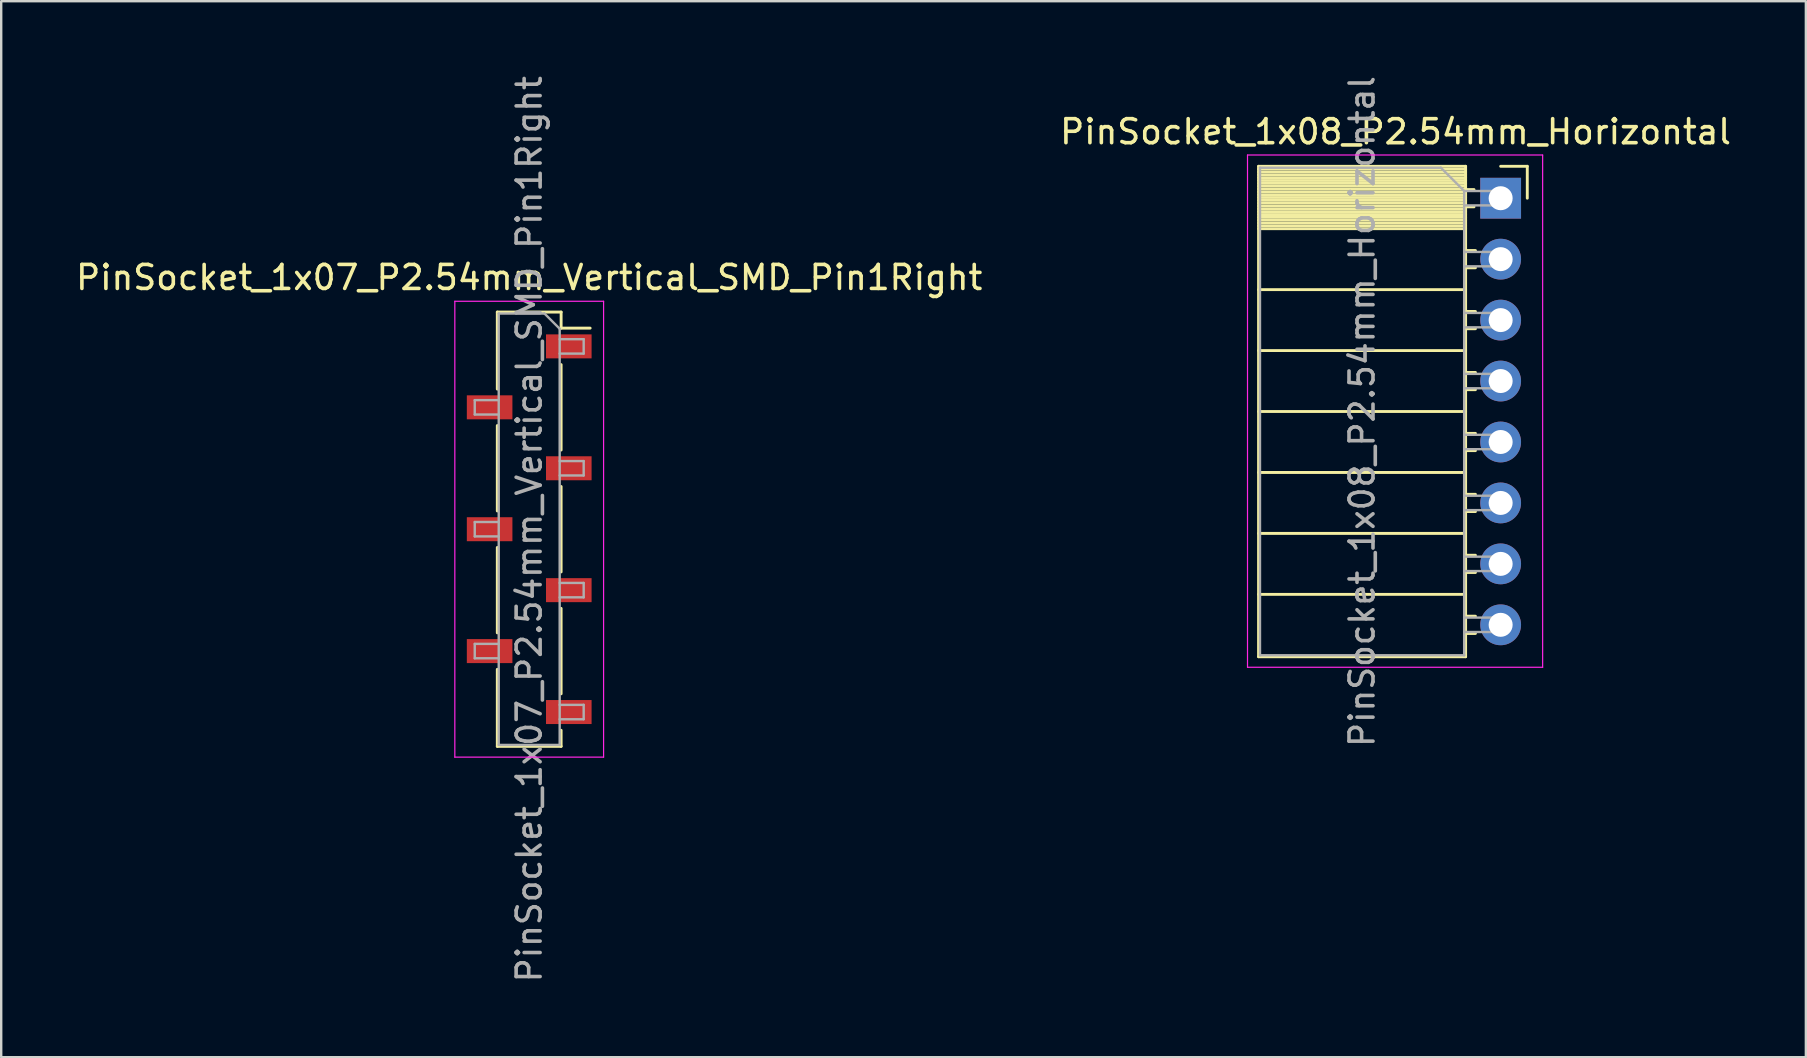
<source format=kicad_pcb>
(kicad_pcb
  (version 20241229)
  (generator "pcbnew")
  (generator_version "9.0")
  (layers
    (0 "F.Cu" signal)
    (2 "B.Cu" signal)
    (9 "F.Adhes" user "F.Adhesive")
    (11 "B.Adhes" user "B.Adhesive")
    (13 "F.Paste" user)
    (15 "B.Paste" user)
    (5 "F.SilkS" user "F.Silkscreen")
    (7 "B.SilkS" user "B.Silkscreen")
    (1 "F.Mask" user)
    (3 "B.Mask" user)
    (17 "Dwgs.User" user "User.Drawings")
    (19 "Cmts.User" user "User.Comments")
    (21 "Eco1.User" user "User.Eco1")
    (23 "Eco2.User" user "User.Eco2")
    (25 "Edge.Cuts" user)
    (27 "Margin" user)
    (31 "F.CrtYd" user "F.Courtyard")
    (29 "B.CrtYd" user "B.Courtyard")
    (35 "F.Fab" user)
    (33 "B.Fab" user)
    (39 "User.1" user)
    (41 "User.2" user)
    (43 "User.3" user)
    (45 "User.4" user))
  (footprint "PinSocket_1x07_P2.54mm_Vertical_SMD_Pin1Right"
    (layer "F.Cu")
    (at 19.006 19.006)
    (property "Reference" "PinSocket_1x07_P2.54mm_Vertical_SMD_Pin1Right" (at 0 -10.49 0) (layer "F.SilkS") (effects (font (size 1 1) (thickness 0.15))))
    (attr smd)
    (fp_line (start -1.33 -9.05) (end -1.33 -5.84) (stroke (width 0.12) (type solid)) (layer "F.SilkS"))
    (fp_line (start -1.33 -9.05) (end 1.33 -9.05) (stroke (width 0.12) (type solid)) (layer "F.SilkS"))
    (fp_line (start -1.33 -4.32) (end -1.33 -0.76) (stroke (width 0.12) (type solid)) (layer "F.SilkS"))
    (fp_line (start -1.33 0.76) (end -1.33 4.32) (stroke (width 0.12) (type solid)) (layer "F.SilkS"))
    (fp_line (start -1.33 5.84) (end -1.33 9.05) (stroke (width 0.12) (type solid)) (layer "F.SilkS"))
    (fp_line (start -1.33 9.05) (end 1.33 9.05) (stroke (width 0.12) (type solid)) (layer "F.SilkS"))
    (fp_line (start 1.33 -9.05) (end 1.33 -8.38) (stroke (width 0.12) (type solid)) (layer "F.SilkS"))
    (fp_line (start 1.33 -8.38) (end 2.54 -8.38) (stroke (width 0.12) (type solid)) (layer "F.SilkS"))
    (fp_line (start 1.33 -6.86) (end 1.33 -3.3) (stroke (width 0.12) (type solid)) (layer "F.SilkS"))
    (fp_line (start 1.33 -1.78) (end 1.33 1.78) (stroke (width 0.12) (type solid)) (layer "F.SilkS"))
    (fp_line (start 1.33 3.3) (end 1.33 6.86) (stroke (width 0.12) (type solid)) (layer "F.SilkS"))
    (fp_line (start 1.33 8.38) (end 1.33 9.05) (stroke (width 0.12) (type solid)) (layer "F.SilkS"))
    (fp_line (start -3.1 -9.5) (end 3.1 -9.5) (stroke (width 0.05) (type solid)) (layer "F.CrtYd"))
    (fp_line (start -3.1 9.5) (end -3.1 -9.5) (stroke (width 0.05) (type solid)) (layer "F.CrtYd"))
    (fp_line (start 3.1 -9.5) (end 3.1 9.5) (stroke (width 0.05) (type solid)) (layer "F.CrtYd"))
    (fp_line (start 3.1 9.5) (end -3.1 9.5) (stroke (width 0.05) (type solid)) (layer "F.CrtYd"))
    (fp_line (start -2.27 -5.38) (end -1.27 -5.38) (stroke (width 0.1) (type solid)) (layer "F.Fab"))
    (fp_line (start -2.27 -4.78) (end -2.27 -5.38) (stroke (width 0.1) (type solid)) (layer "F.Fab"))
    (fp_line (start -2.27 -0.3) (end -1.27 -0.3) (stroke (width 0.1) (type solid)) (layer "F.Fab"))
    (fp_line (start -2.27 0.3) (end -2.27 -0.3) (stroke (width 0.1) (type solid)) (layer "F.Fab"))
    (fp_line (start -2.27 4.78) (end -1.27 4.78) (stroke (width 0.1) (type solid)) (layer "F.Fab"))
    (fp_line (start -2.27 5.38) (end -2.27 4.78) (stroke (width 0.1) (type solid)) (layer "F.Fab"))
    (fp_line (start -1.27 -8.99) (end 0.635 -8.99) (stroke (width 0.1) (type solid)) (layer "F.Fab"))
    (fp_line (start -1.27 -4.78) (end -2.27 -4.78) (stroke (width 0.1) (type solid)) (layer "F.Fab"))
    (fp_line (start -1.27 0.3) (end -2.27 0.3) (stroke (width 0.1) (type solid)) (layer "F.Fab"))
    (fp_line (start -1.27 5.38) (end -2.27 5.38) (stroke (width 0.1) (type solid)) (layer "F.Fab"))
    (fp_line (start -1.27 8.99) (end -1.27 -8.99) (stroke (width 0.1) (type solid)) (layer "F.Fab"))
    (fp_line (start 0.635 -8.99) (end 1.27 -8.355) (stroke (width 0.1) (type solid)) (layer "F.Fab"))
    (fp_line (start 1.27 -8.355) (end 1.27 8.99) (stroke (width 0.1) (type solid)) (layer "F.Fab"))
    (fp_line (start 1.27 -7.92) (end 2.27 -7.92) (stroke (width 0.1) (type solid)) (layer "F.Fab"))
    (fp_line (start 1.27 -2.84) (end 2.27 -2.84) (stroke (width 0.1) (type solid)) (layer "F.Fab"))
    (fp_line (start 1.27 2.24) (end 2.27 2.24) (stroke (width 0.1) (type solid)) (layer "F.Fab"))
    (fp_line (start 1.27 7.32) (end 2.27 7.32) (stroke (width 0.1) (type solid)) (layer "F.Fab"))
    (fp_line (start 1.27 8.99) (end -1.27 8.99) (stroke (width 0.1) (type solid)) (layer "F.Fab"))
    (fp_line (start 2.27 -7.92) (end 2.27 -7.32) (stroke (width 0.1) (type solid)) (layer "F.Fab"))
    (fp_line (start 2.27 -7.32) (end 1.27 -7.32) (stroke (width 0.1) (type solid)) (layer "F.Fab"))
    (fp_line (start 2.27 -2.84) (end 2.27 -2.24) (stroke (width 0.1) (type solid)) (layer "F.Fab"))
    (fp_line (start 2.27 -2.24) (end 1.27 -2.24) (stroke (width 0.1) (type solid)) (layer "F.Fab"))
    (fp_line (start 2.27 2.24) (end 2.27 2.84) (stroke (width 0.1) (type solid)) (layer "F.Fab"))
    (fp_line (start 2.27 2.84) (end 1.27 2.84) (stroke (width 0.1) (type solid)) (layer "F.Fab"))
    (fp_line (start 2.27 7.32) (end 2.27 7.92) (stroke (width 0.1) (type solid)) (layer "F.Fab"))
    (fp_line (start 2.27 7.92) (end 1.27 7.92) (stroke (width 0.1) (type solid)) (layer "F.Fab"))
    (fp_text user "${REFERENCE}" (at 0 0 90) (layer "F.Fab") (effects (font (size 1 1) (thickness 0.15))))
    (pad "1" smd rect (at 1.65 -7.62) (size 1.9 1) (layers "F.Cu" "F.Mask" "F.Paste"))
    (pad "2" smd rect (at -1.65 -5.08) (size 1.9 1) (layers "F.Cu" "F.Mask" "F.Paste"))
    (pad "3" smd rect (at 1.65 -2.54) (size 1.9 1) (layers "F.Cu" "F.Mask" "F.Paste"))
    (pad "4" smd rect (at -1.65 0) (size 1.9 1) (layers "F.Cu" "F.Mask" "F.Paste"))
    (pad "5" smd rect (at 1.65 2.54) (size 1.9 1) (layers "F.Cu" "F.Mask" "F.Paste"))
    (pad "6" smd rect (at -1.65 5.08) (size 1.9 1) (layers "F.Cu" "F.Mask" "F.Paste"))
    (pad "7" smd rect (at 1.65 7.62) (size 1.9 1) (layers "F.Cu" "F.Mask" "F.Paste")))
  (footprint "PinSocket_1x08_P2.54mm_Horizontal"
    (layer "F.Cu")
    (at 59.493 5.211)
    (property "Reference" "PinSocket_1x08_P2.54mm_Horizontal" (at -4.38 -2.77 0) (layer "F.SilkS") (effects (font (size 1 1) (thickness 0.15))))
    (attr through_hole)
    (fp_line (start -10.09 -1.33) (end -10.09 19.11) (stroke (width 0.12) (type solid)) (layer "F.SilkS"))
    (fp_line (start -10.09 -1.33) (end -1.46 -1.33) (stroke (width 0.12) (type solid)) (layer "F.SilkS"))
    (fp_line (start -10.09 -1.21) (end -1.46 -1.21) (stroke (width 0.12) (type solid)) (layer "F.SilkS"))
    (fp_line (start -10.09 -1.092) (end -1.46 -1.092) (stroke (width 0.12) (type solid)) (layer "F.SilkS"))
    (fp_line (start -10.09 -0.974) (end -1.46 -0.974) (stroke (width 0.12) (type solid)) (layer "F.SilkS"))
    (fp_line (start -10.09 -0.856) (end -1.46 -0.856) (stroke (width 0.12) (type solid)) (layer "F.SilkS"))
    (fp_line (start -10.09 -0.738) (end -1.46 -0.738) (stroke (width 0.12) (type solid)) (layer "F.SilkS"))
    (fp_line (start -10.09 -0.62) (end -1.46 -0.62) (stroke (width 0.12) (type solid)) (layer "F.SilkS"))
    (fp_line (start -10.09 -0.501) (end -1.46 -0.501) (stroke (width 0.12) (type solid)) (layer "F.SilkS"))
    (fp_line (start -10.09 -0.383) (end -1.46 -0.383) (stroke (width 0.12) (type solid)) (layer "F.SilkS"))
    (fp_line (start -10.09 -0.265) (end -1.46 -0.265) (stroke (width 0.12) (type solid)) (layer "F.SilkS"))
    (fp_line (start -10.09 -0.147) (end -1.46 -0.147) (stroke (width 0.12) (type solid)) (layer "F.SilkS"))
    (fp_line (start -10.09 -0.029) (end -1.46 -0.029) (stroke (width 0.12) (type solid)) (layer "F.SilkS"))
    (fp_line (start -10.09 0.089) (end -1.46 0.089) (stroke (width 0.12) (type solid)) (layer "F.SilkS"))
    (fp_line (start -10.09 0.207) (end -1.46 0.207) (stroke (width 0.12) (type solid)) (layer "F.SilkS"))
    (fp_line (start -10.09 0.325) (end -1.46 0.325) (stroke (width 0.12) (type solid)) (layer "F.SilkS"))
    (fp_line (start -10.09 0.443) (end -1.46 0.443) (stroke (width 0.12) (type solid)) (layer "F.SilkS"))
    (fp_line (start -10.09 0.561) (end -1.46 0.561) (stroke (width 0.12) (type solid)) (layer "F.SilkS"))
    (fp_line (start -10.09 0.68) (end -1.46 0.68) (stroke (width 0.12) (type solid)) (layer "F.SilkS"))
    (fp_line (start -10.09 0.798) (end -1.46 0.798) (stroke (width 0.12) (type solid)) (layer "F.SilkS"))
    (fp_line (start -10.09 0.916) (end -1.46 0.916) (stroke (width 0.12) (type solid)) (layer "F.SilkS"))
    (fp_line (start -10.09 1.034) (end -1.46 1.034) (stroke (width 0.12) (type solid)) (layer "F.SilkS"))
    (fp_line (start -10.09 1.152) (end -1.46 1.152) (stroke (width 0.12) (type solid)) (layer "F.SilkS"))
    (fp_line (start -10.09 1.27) (end -1.46 1.27) (stroke (width 0.12) (type solid)) (layer "F.SilkS"))
    (fp_line (start -10.09 3.81) (end -1.46 3.81) (stroke (width 0.12) (type solid)) (layer "F.SilkS"))
    (fp_line (start -10.09 6.35) (end -1.46 6.35) (stroke (width 0.12) (type solid)) (layer "F.SilkS"))
    (fp_line (start -10.09 8.89) (end -1.46 8.89) (stroke (width 0.12) (type solid)) (layer "F.SilkS"))
    (fp_line (start -10.09 11.43) (end -1.46 11.43) (stroke (width 0.12) (type solid)) (layer "F.SilkS"))
    (fp_line (start -10.09 13.97) (end -1.46 13.97) (stroke (width 0.12) (type solid)) (layer "F.SilkS"))
    (fp_line (start -10.09 16.51) (end -1.46 16.51) (stroke (width 0.12) (type solid)) (layer "F.SilkS"))
    (fp_line (start -10.09 19.11) (end -1.46 19.11) (stroke (width 0.12) (type solid)) (layer "F.SilkS"))
    (fp_line (start -1.46 -1.33) (end -1.46 19.11) (stroke (width 0.12) (type solid)) (layer "F.SilkS"))
    (fp_line (start -1.46 -0.36) (end -1.11 -0.36) (stroke (width 0.12) (type solid)) (layer "F.SilkS"))
    (fp_line (start -1.46 0.36) (end -1.11 0.36) (stroke (width 0.12) (type solid)) (layer "F.SilkS"))
    (fp_line (start -1.46 2.18) (end -1.05 2.18) (stroke (width 0.12) (type solid)) (layer "F.SilkS"))
    (fp_line (start -1.46 2.9) (end -1.05 2.9) (stroke (width 0.12) (type solid)) (layer "F.SilkS"))
    (fp_line (start -1.46 4.72) (end -1.05 4.72) (stroke (width 0.12) (type solid)) (layer "F.SilkS"))
    (fp_line (start -1.46 5.44) (end -1.05 5.44) (stroke (width 0.12) (type solid)) (layer "F.SilkS"))
    (fp_line (start -1.46 7.26) (end -1.05 7.26) (stroke (width 0.12) (type solid)) (layer "F.SilkS"))
    (fp_line (start -1.46 7.98) (end -1.05 7.98) (stroke (width 0.12) (type solid)) (layer "F.SilkS"))
    (fp_line (start -1.46 9.8) (end -1.05 9.8) (stroke (width 0.12) (type solid)) (layer "F.SilkS"))
    (fp_line (start -1.46 10.52) (end -1.05 10.52) (stroke (width 0.12) (type solid)) (layer "F.SilkS"))
    (fp_line (start -1.46 12.34) (end -1.05 12.34) (stroke (width 0.12) (type solid)) (layer "F.SilkS"))
    (fp_line (start -1.46 13.06) (end -1.05 13.06) (stroke (width 0.12) (type solid)) (layer "F.SilkS"))
    (fp_line (start -1.46 14.88) (end -1.05 14.88) (stroke (width 0.12) (type solid)) (layer "F.SilkS"))
    (fp_line (start -1.46 15.6) (end -1.05 15.6) (stroke (width 0.12) (type solid)) (layer "F.SilkS"))
    (fp_line (start -1.46 17.42) (end -1.05 17.42) (stroke (width 0.12) (type solid)) (layer "F.SilkS"))
    (fp_line (start -1.46 18.14) (end -1.05 18.14) (stroke (width 0.12) (type solid)) (layer "F.SilkS"))
    (fp_line (start 0 -1.33) (end 1.11 -1.33) (stroke (width 0.12) (type solid)) (layer "F.SilkS"))
    (fp_line (start 1.11 -1.33) (end 1.11 0) (stroke (width 0.12) (type solid)) (layer "F.SilkS"))
    (fp_line (start -10.55 -1.8) (end -10.55 19.55) (stroke (width 0.05) (type solid)) (layer "F.CrtYd"))
    (fp_line (start -10.55 19.55) (end 1.75 19.55) (stroke (width 0.05) (type solid)) (layer "F.CrtYd"))
    (fp_line (start 1.75 -1.8) (end -10.55 -1.8) (stroke (width 0.05) (type solid)) (layer "F.CrtYd"))
    (fp_line (start 1.75 19.55) (end 1.75 -1.8) (stroke (width 0.05) (type solid)) (layer "F.CrtYd"))
    (fp_line (start -10.03 -1.27) (end -2.49 -1.27) (stroke (width 0.1) (type solid)) (layer "F.Fab"))
    (fp_line (start -10.03 19.05) (end -10.03 -1.27) (stroke (width 0.1) (type solid)) (layer "F.Fab"))
    (fp_line (start -2.49 -1.27) (end -1.52 -0.3) (stroke (width 0.1) (type solid)) (layer "F.Fab"))
    (fp_line (start -1.52 -0.3) (end -1.52 19.05) (stroke (width 0.1) (type solid)) (layer "F.Fab"))
    (fp_line (start -1.52 0.3) (end 0 0.3) (stroke (width 0.1) (type solid)) (layer "F.Fab"))
    (fp_line (start -1.52 2.84) (end 0 2.84) (stroke (width 0.1) (type solid)) (layer "F.Fab"))
    (fp_line (start -1.52 5.38) (end 0 5.38) (stroke (width 0.1) (type solid)) (layer "F.Fab"))
    (fp_line (start -1.52 7.92) (end 0 7.92) (stroke (width 0.1) (type solid)) (layer "F.Fab"))
    (fp_line (start -1.52 10.46) (end 0 10.46) (stroke (width 0.1) (type solid)) (layer "F.Fab"))
    (fp_line (start -1.52 13) (end 0 13) (stroke (width 0.1) (type solid)) (layer "F.Fab"))
    (fp_line (start -1.52 15.54) (end 0 15.54) (stroke (width 0.1) (type solid)) (layer "F.Fab"))
    (fp_line (start -1.52 18.08) (end 0 18.08) (stroke (width 0.1) (type solid)) (layer "F.Fab"))
    (fp_line (start -1.52 19.05) (end -10.03 19.05) (stroke (width 0.1) (type solid)) (layer "F.Fab"))
    (fp_line (start 0 -0.3) (end -1.52 -0.3) (stroke (width 0.1) (type solid)) (layer "F.Fab"))
    (fp_line (start 0 0.3) (end 0 -0.3) (stroke (width 0.1) (type solid)) (layer "F.Fab"))
    (fp_line (start 0 2.24) (end -1.52 2.24) (stroke (width 0.1) (type solid)) (layer "F.Fab"))
    (fp_line (start 0 2.84) (end 0 2.24) (stroke (width 0.1) (type solid)) (layer "F.Fab"))
    (fp_line (start 0 4.78) (end -1.52 4.78) (stroke (width 0.1) (type solid)) (layer "F.Fab"))
    (fp_line (start 0 5.38) (end 0 4.78) (stroke (width 0.1) (type solid)) (layer "F.Fab"))
    (fp_line (start 0 7.32) (end -1.52 7.32) (stroke (width 0.1) (type solid)) (layer "F.Fab"))
    (fp_line (start 0 7.92) (end 0 7.32) (stroke (width 0.1) (type solid)) (layer "F.Fab"))
    (fp_line (start 0 9.86) (end -1.52 9.86) (stroke (width 0.1) (type solid)) (layer "F.Fab"))
    (fp_line (start 0 10.46) (end 0 9.86) (stroke (width 0.1) (type solid)) (layer "F.Fab"))
    (fp_line (start 0 12.4) (end -1.52 12.4) (stroke (width 0.1) (type solid)) (layer "F.Fab"))
    (fp_line (start 0 13) (end 0 12.4) (stroke (width 0.1) (type solid)) (layer "F.Fab"))
    (fp_line (start 0 14.94) (end -1.52 14.94) (stroke (width 0.1) (type solid)) (layer "F.Fab"))
    (fp_line (start 0 15.54) (end 0 14.94) (stroke (width 0.1) (type solid)) (layer "F.Fab"))
    (fp_line (start 0 17.48) (end -1.52 17.48) (stroke (width 0.1) (type solid)) (layer "F.Fab"))
    (fp_line (start 0 18.08) (end 0 17.48) (stroke (width 0.1) (type solid)) (layer "F.Fab"))
    (fp_text user "${REFERENCE}" (at -5.775 8.89 90) (layer "F.Fab") (effects (font (size 1 1) (thickness 0.15))))
    (pad "1" thru_hole rect (at 0 0) (size 1.7 1.7) (drill 1) (layers "*.Cu" "*.Mask"))
    (pad "2" thru_hole oval (at 0 2.54) (size 1.7 1.7) (drill 1) (layers "*.Cu" "*.Mask"))
    (pad "3" thru_hole oval (at 0 5.08) (size 1.7 1.7) (drill 1) (layers "*.Cu" "*.Mask"))
    (pad "4" thru_hole oval (at 0 7.62) (size 1.7 1.7) (drill 1) (layers "*.Cu" "*.Mask"))
    (pad "5" thru_hole oval (at 0 10.16) (size 1.7 1.7) (drill 1) (layers "*.Cu" "*.Mask"))
    (pad "6" thru_hole oval (at 0 12.7) (size 1.7 1.7) (drill 1) (layers "*.Cu" "*.Mask"))
    (pad "7" thru_hole oval (at 0 15.24) (size 1.7 1.7) (drill 1) (layers "*.Cu" "*.Mask"))
    (pad "8" thru_hole oval (at 0 17.78) (size 1.7 1.7) (drill 1) (layers "*.Cu" "*.Mask")))
  (gr_rect
    (start -3 -3)
    (end 72.214 41.012)
    (stroke (width 0.1) (type default))
    (fill no)
    (layer "Edge.Cuts")))
</source>
